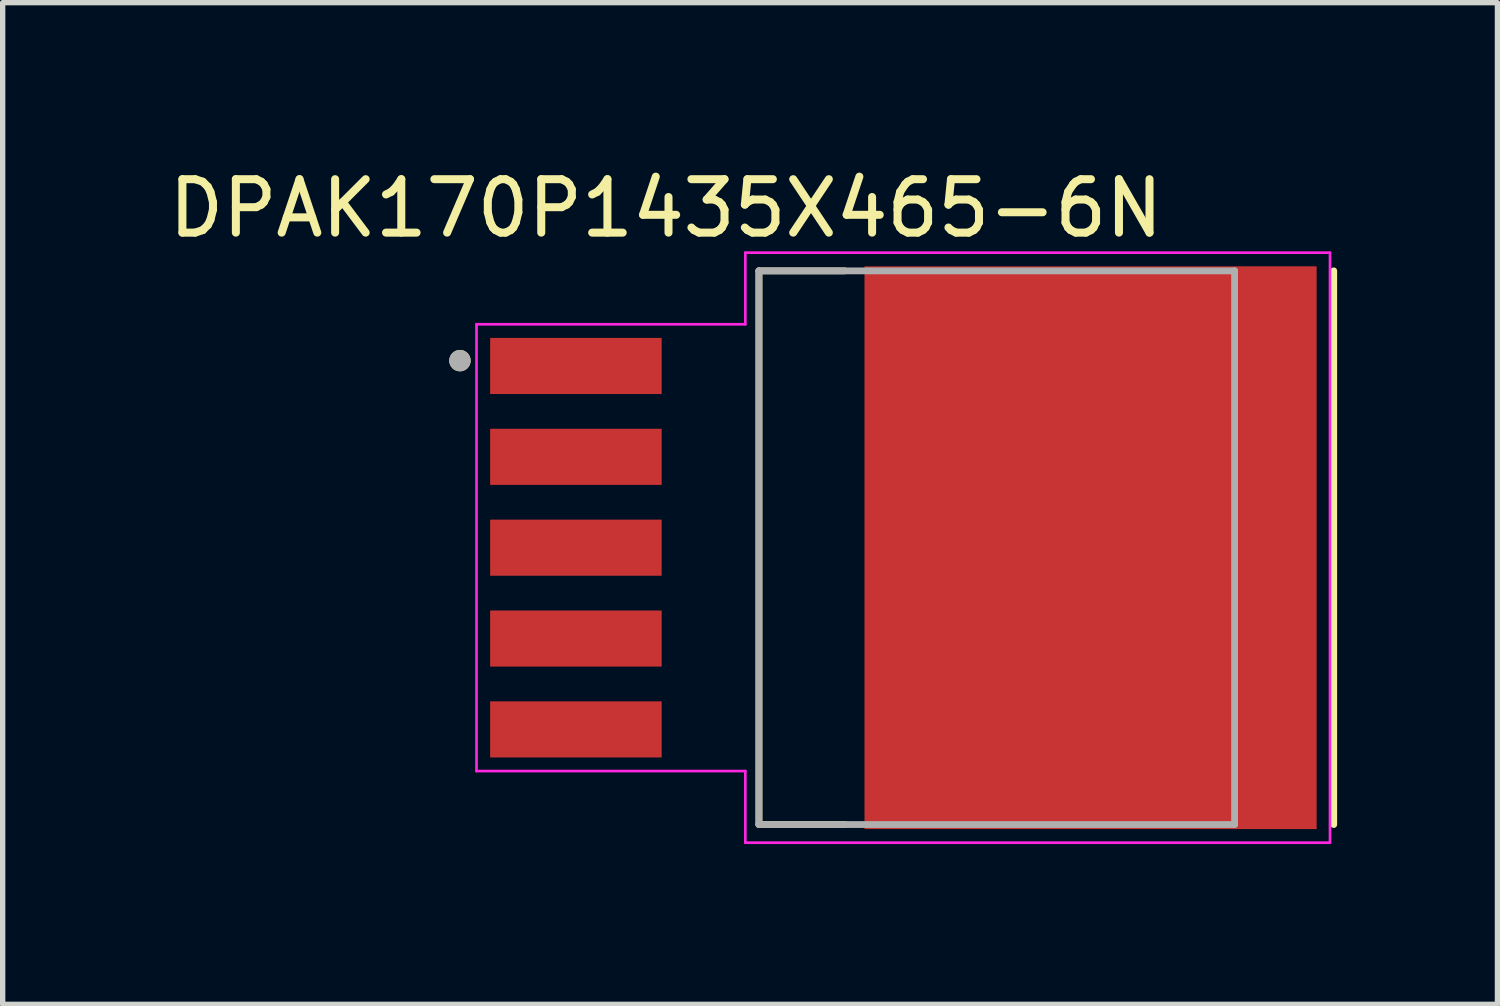
<source format=kicad_pcb>
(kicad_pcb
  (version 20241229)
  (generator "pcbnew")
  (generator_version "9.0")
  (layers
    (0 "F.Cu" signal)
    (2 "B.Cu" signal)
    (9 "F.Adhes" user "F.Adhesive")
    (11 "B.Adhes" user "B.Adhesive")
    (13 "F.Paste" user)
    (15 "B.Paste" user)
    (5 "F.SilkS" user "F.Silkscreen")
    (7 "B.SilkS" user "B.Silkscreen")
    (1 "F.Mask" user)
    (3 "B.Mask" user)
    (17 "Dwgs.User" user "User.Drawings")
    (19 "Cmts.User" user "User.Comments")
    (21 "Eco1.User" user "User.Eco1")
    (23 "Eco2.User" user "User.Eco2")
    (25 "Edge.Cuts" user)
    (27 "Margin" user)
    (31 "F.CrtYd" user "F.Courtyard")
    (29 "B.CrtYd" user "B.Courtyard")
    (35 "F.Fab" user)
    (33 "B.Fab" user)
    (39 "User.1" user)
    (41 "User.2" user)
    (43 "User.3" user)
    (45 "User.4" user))
  (footprint "DPAK170P1435X465-6N"
    (layer "F.Cu")
    (at 13.856 7.198)
    (property "Reference" "DPAK170P1435X465-6N" (at -4.445 -6.35 0) (layer "F.SilkS") (effects (font (size 1 1) (thickness 0.15))))
    (attr through_hole)
    (fp_line (start -2.705 -5.18) (end -2.705 5.18) (stroke (width 0.127) (type solid)) (layer "F.SilkS"))
    (fp_line (start -1.1 -5.18) (end -2.705 -5.18) (stroke (width 0.127) (type solid)) (layer "F.SilkS"))
    (fp_line (start -1.1 5.18) (end -2.705 5.18) (stroke (width 0.127) (type solid)) (layer "F.SilkS"))
    (fp_line (start 8.05 -5.18) (end 8.05 5.18) (stroke (width 0.127) (type solid)) (layer "F.SilkS"))
    (fp_circle (center -8.3 -3.5) (end -8.2 -3.5) (stroke (width 0.2) (type solid)) (fill no) (layer "F.SilkS"))
    (fp_poly (pts (xy -0.31 -4.93) (xy 0.95 -4.93) (xy 0.95 -3.51) (xy -0.31 -3.51)) (stroke (width 0.01) (type solid)) (fill yes) (layer "F.Paste"))
    (fp_poly (pts (xy -0.31 -2.82) (xy 0.95 -2.82) (xy 0.95 -1.4) (xy -0.31 -1.4)) (stroke (width 0.01) (type solid)) (fill yes) (layer "F.Paste"))
    (fp_poly (pts (xy -0.31 -0.71) (xy 0.95 -0.71) (xy 0.95 0.71) (xy -0.31 0.71)) (stroke (width 0.01) (type solid)) (fill yes) (layer "F.Paste"))
    (fp_poly (pts (xy -0.31 1.4) (xy 0.95 1.4) (xy 0.95 2.82) (xy -0.31 2.82)) (stroke (width 0.01) (type solid)) (fill yes) (layer "F.Paste"))
    (fp_poly (pts (xy -0.31 3.51) (xy 0.95 3.51) (xy 0.95 4.93) (xy -0.31 4.93)) (stroke (width 0.01) (type solid)) (fill yes) (layer "F.Paste"))
    (fp_poly (pts (xy 1.81 -4.93) (xy 3.07 -4.93) (xy 3.07 -3.51) (xy 1.81 -3.51)) (stroke (width 0.01) (type solid)) (fill yes) (layer "F.Paste"))
    (fp_poly (pts (xy 1.81 -2.82) (xy 3.07 -2.82) (xy 3.07 -1.4) (xy 1.81 -1.4)) (stroke (width 0.01) (type solid)) (fill yes) (layer "F.Paste"))
    (fp_poly (pts (xy 1.81 -0.71) (xy 3.07 -0.71) (xy 3.07 0.71) (xy 1.81 0.71)) (stroke (width 0.01) (type solid)) (fill yes) (layer "F.Paste"))
    (fp_poly (pts (xy 1.81 1.4) (xy 3.07 1.4) (xy 3.07 2.82) (xy 1.81 2.82)) (stroke (width 0.01) (type solid)) (fill yes) (layer "F.Paste"))
    (fp_poly (pts (xy 1.81 3.51) (xy 3.07 3.51) (xy 3.07 4.93) (xy 1.81 4.93)) (stroke (width 0.01) (type solid)) (fill yes) (layer "F.Paste"))
    (fp_poly (pts (xy 3.93 -4.93) (xy 5.19 -4.93) (xy 5.19 -3.51) (xy 3.93 -3.51)) (stroke (width 0.01) (type solid)) (fill yes) (layer "F.Paste"))
    (fp_poly (pts (xy 3.93 -2.82) (xy 5.19 -2.82) (xy 5.19 -1.4) (xy 3.93 -1.4)) (stroke (width 0.01) (type solid)) (fill yes) (layer "F.Paste"))
    (fp_poly (pts (xy 3.93 -0.71) (xy 5.19 -0.71) (xy 5.19 0.71) (xy 3.93 0.71)) (stroke (width 0.01) (type solid)) (fill yes) (layer "F.Paste"))
    (fp_poly (pts (xy 3.93 1.4) (xy 5.19 1.4) (xy 5.19 2.82) (xy 3.93 2.82)) (stroke (width 0.01) (type solid)) (fill yes) (layer "F.Paste"))
    (fp_poly (pts (xy 3.93 3.51) (xy 5.19 3.51) (xy 5.19 4.93) (xy 3.93 4.93)) (stroke (width 0.01) (type solid)) (fill yes) (layer "F.Paste"))
    (fp_poly (pts (xy 6.05 -4.93) (xy 7.31 -4.93) (xy 7.31 -3.51) (xy 6.05 -3.51)) (stroke (width 0.01) (type solid)) (fill yes) (layer "F.Paste"))
    (fp_poly (pts (xy 6.05 -2.82) (xy 7.31 -2.82) (xy 7.31 -1.4) (xy 6.05 -1.4)) (stroke (width 0.01) (type solid)) (fill yes) (layer "F.Paste"))
    (fp_poly (pts (xy 6.05 -0.71) (xy 7.31 -0.71) (xy 7.31 0.71) (xy 6.05 0.71)) (stroke (width 0.01) (type solid)) (fill yes) (layer "F.Paste"))
    (fp_poly (pts (xy 6.05 1.4) (xy 7.31 1.4) (xy 7.31 2.82) (xy 6.05 2.82)) (stroke (width 0.01) (type solid)) (fill yes) (layer "F.Paste"))
    (fp_poly (pts (xy 6.05 3.51) (xy 7.31 3.51) (xy 7.31 4.93) (xy 6.05 4.93)) (stroke (width 0.01) (type solid)) (fill yes) (layer "F.Paste"))
    (fp_line (start -7.99 -4.18) (end -7.99 4.18) (stroke (width 0.05) (type solid)) (layer "F.CrtYd"))
    (fp_line (start -7.99 4.18) (end -2.96 4.18) (stroke (width 0.05) (type solid)) (layer "F.CrtYd"))
    (fp_line (start -2.96 -5.52) (end -2.96 -4.18) (stroke (width 0.05) (type solid)) (layer "F.CrtYd"))
    (fp_line (start -2.96 -4.18) (end -7.99 -4.18) (stroke (width 0.05) (type solid)) (layer "F.CrtYd"))
    (fp_line (start -2.96 4.18) (end -2.96 5.52) (stroke (width 0.05) (type solid)) (layer "F.CrtYd"))
    (fp_line (start -2.96 5.52) (end 7.98 5.52) (stroke (width 0.05) (type solid)) (layer "F.CrtYd"))
    (fp_line (start 7.98 -5.52) (end -2.96 -5.52) (stroke (width 0.05) (type solid)) (layer "F.CrtYd"))
    (fp_line (start 7.98 5.52) (end 7.98 -5.52) (stroke (width 0.05) (type solid)) (layer "F.CrtYd"))
    (fp_line (start -2.705 -5.18) (end -2.705 5.18) (stroke (width 0.127) (type solid)) (layer "F.Fab"))
    (fp_line (start -2.705 5.18) (end 6.195 5.18) (stroke (width 0.127) (type solid)) (layer "F.Fab"))
    (fp_line (start 6.195 -5.18) (end -2.705 -5.18) (stroke (width 0.127) (type solid)) (layer "F.Fab"))
    (fp_line (start 6.195 5.18) (end 6.195 -5.18) (stroke (width 0.127) (type solid)) (layer "F.Fab"))
    (fp_circle (center -8.3 -3.5) (end -8.2 -3.5) (stroke (width 0.2) (type solid)) (fill no) (layer "F.Fab"))
    (pad "1" smd rect (at -6.13 -3.4) (size 3.21 1.05) (layers "F.Cu" "F.Mask" "F.Paste"))
    (pad "2" smd rect (at -6.13 -1.7) (size 3.21 1.05) (layers "F.Cu" "F.Mask" "F.Paste"))
    (pad "3" smd rect (at -6.13 0) (size 3.21 1.05) (layers "F.Cu" "F.Mask" "F.Paste"))
    (pad "4" smd rect (at -6.13 1.7) (size 3.21 1.05) (layers "F.Cu" "F.Mask" "F.Paste"))
    (pad "5" smd rect (at -6.13 3.4) (size 3.21 1.05) (layers "F.Cu" "F.Mask" "F.Paste"))
    (pad "6" smd rect (at 3.5 0) (size 8.46 10.53) (layers "F.Cu" "F.Mask")))
  (gr_rect
    (start -3 -3)
    (end 24.969 15.743)
    (stroke (width 0.1) (type default))
    (fill no)
    (layer "Edge.Cuts")))
</source>
